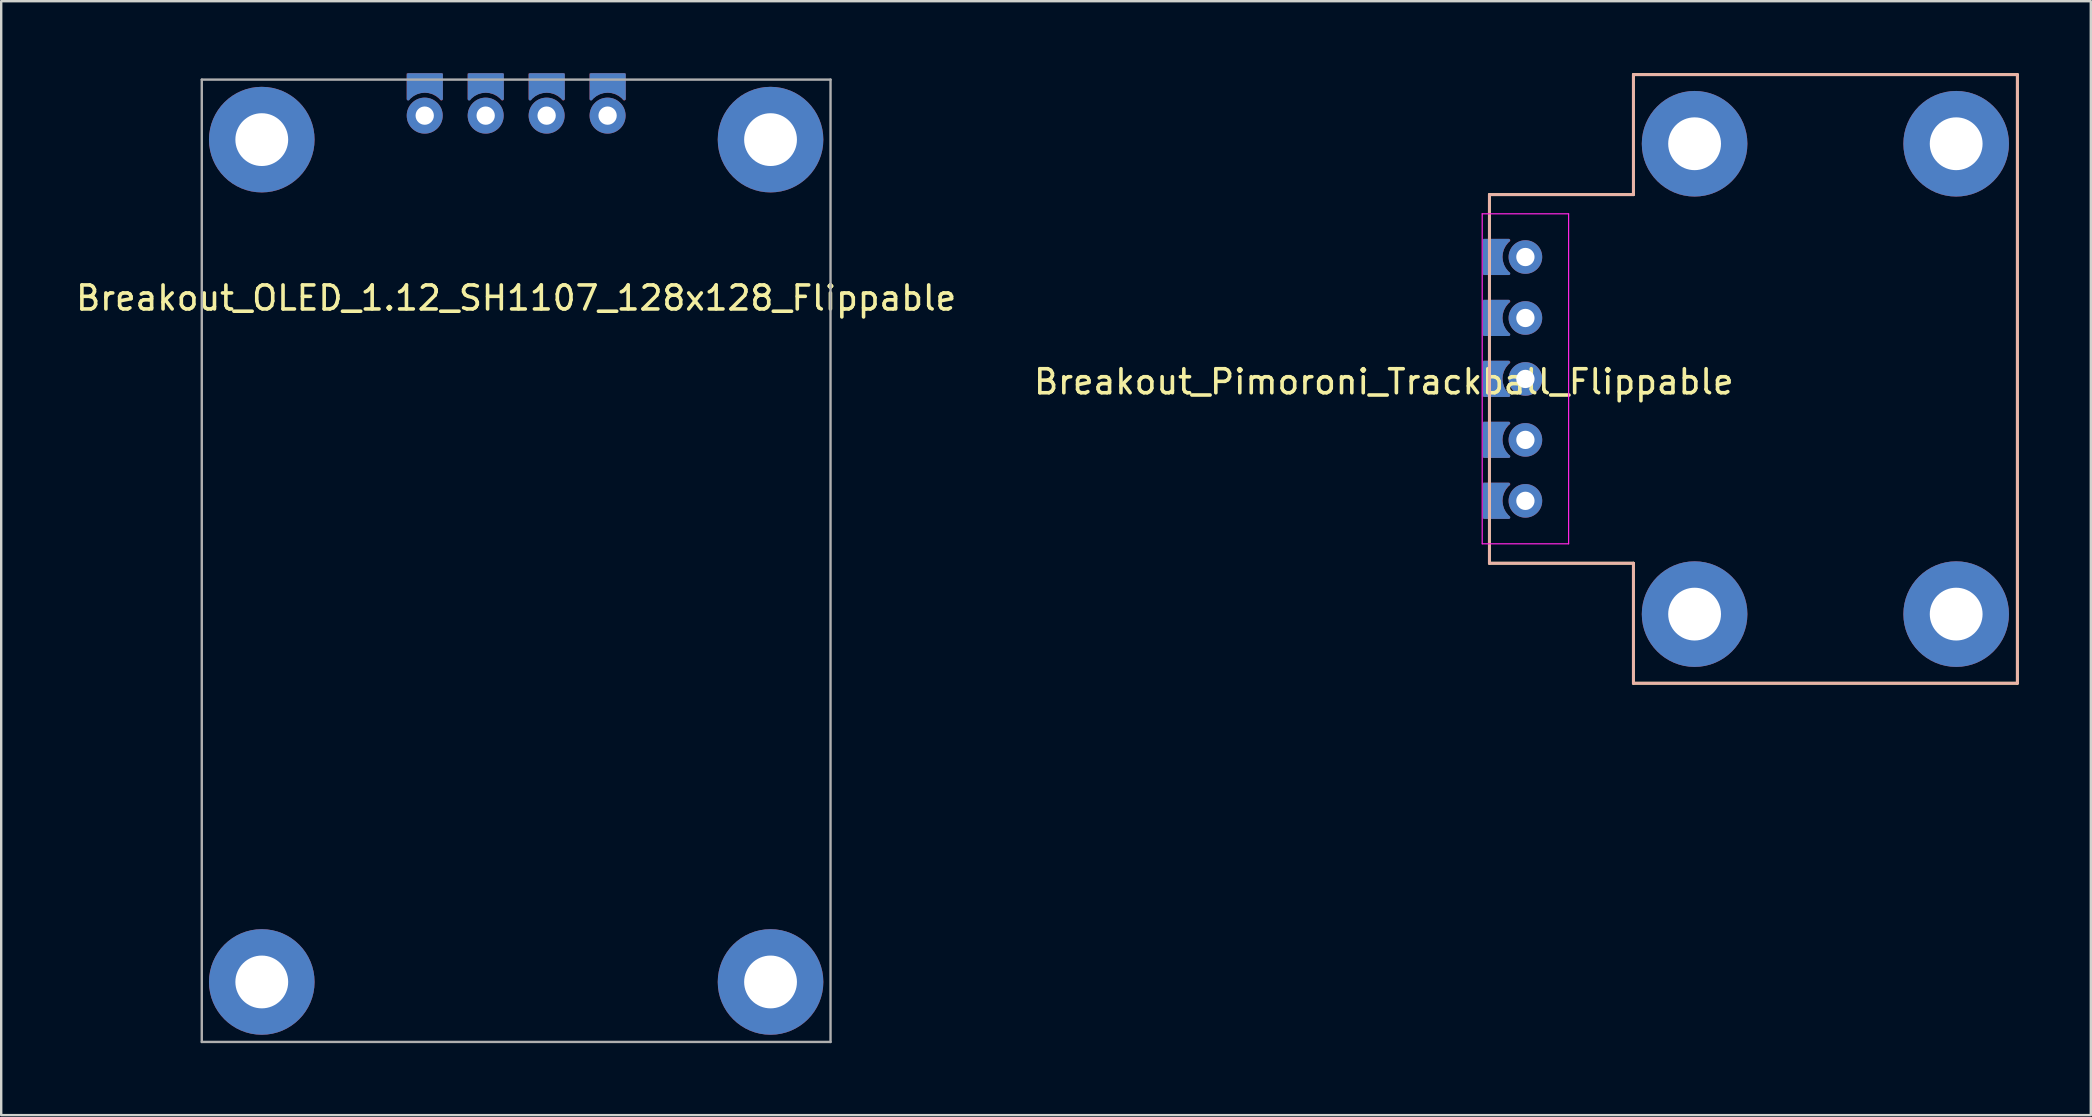
<source format=kicad_pcb>
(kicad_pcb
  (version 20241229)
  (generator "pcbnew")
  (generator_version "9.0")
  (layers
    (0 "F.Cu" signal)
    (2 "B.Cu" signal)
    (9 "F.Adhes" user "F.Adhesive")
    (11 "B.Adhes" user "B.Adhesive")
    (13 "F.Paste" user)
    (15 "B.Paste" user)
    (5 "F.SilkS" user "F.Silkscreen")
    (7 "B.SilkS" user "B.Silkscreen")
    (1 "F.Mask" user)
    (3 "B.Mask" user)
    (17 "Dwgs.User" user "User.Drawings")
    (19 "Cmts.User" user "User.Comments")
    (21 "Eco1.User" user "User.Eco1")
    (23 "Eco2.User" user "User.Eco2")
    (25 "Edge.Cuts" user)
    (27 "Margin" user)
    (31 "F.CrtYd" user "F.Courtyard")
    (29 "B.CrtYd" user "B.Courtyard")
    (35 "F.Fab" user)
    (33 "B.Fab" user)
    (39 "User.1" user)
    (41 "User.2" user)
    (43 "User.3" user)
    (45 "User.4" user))
  (footprint "Breakout_Pimoroni_Trackball_Flippable"
    (layer "F.Cu")
    (at 73.013 12.74)
    (property "Reference" "Breakout_Pimoroni_Trackball_Flippable" (at -18.4 0.12 0) (layer "F.SilkS") (effects (font (size 1 1) (thickness 0.15))))
    (attr through_hole)
    (fp_line (start -14 -7.68) (end -14 7.68) (stroke (width 0.12) (type solid)) (layer "F.SilkS"))
    (fp_line (start -14 -7.68) (end -8 -7.68) (stroke (width 0.12) (type solid)) (layer "F.SilkS"))
    (fp_line (start -14 7.68) (end -8 7.68) (stroke (width 0.12) (type solid)) (layer "F.SilkS"))
    (fp_line (start -8 -12.68) (end 8 -12.68) (stroke (width 0.12) (type solid)) (layer "F.SilkS"))
    (fp_line (start -8 -7.68) (end -8 -12.68) (stroke (width 0.12) (type solid)) (layer "F.SilkS"))
    (fp_line (start -8 7.68) (end -8 12.68) (stroke (width 0.12) (type solid)) (layer "F.SilkS"))
    (fp_line (start 8 12.68) (end -8 12.68) (stroke (width 0.12) (type solid)) (layer "F.SilkS"))
    (fp_line (start 8 12.68) (end 8 -12.68) (stroke (width 0.12) (type solid)) (layer "F.SilkS"))
    (fp_line (start -14 -7.68) (end -8 -7.68) (stroke (width 0.12) (type solid)) (layer "B.SilkS"))
    (fp_line (start -14 7.68) (end -14 -7.68) (stroke (width 0.12) (type solid)) (layer "B.SilkS"))
    (fp_line (start -14 7.68) (end -8 7.68) (stroke (width 0.12) (type solid)) (layer "B.SilkS"))
    (fp_line (start -8 -7.68) (end -8 -12.68) (stroke (width 0.12) (type solid)) (layer "B.SilkS"))
    (fp_line (start -8 7.68) (end -8 12.68) (stroke (width 0.12) (type solid)) (layer "B.SilkS"))
    (fp_line (start -8 12.68) (end 8 12.68) (stroke (width 0.12) (type solid)) (layer "B.SilkS"))
    (fp_line (start 8 -12.68) (end -8 -12.68) (stroke (width 0.12) (type solid)) (layer "B.SilkS"))
    (fp_line (start 8 -12.68) (end 8 12.68) (stroke (width 0.12) (type solid)) (layer "B.SilkS"))
    (fp_line (start -14.3 -6.88) (end -14.3 6.87) (stroke (width 0.05) (type solid)) (layer "F.CrtYd"))
    (fp_line (start -14.3 6.87) (end -10.7 6.87) (stroke (width 0.05) (type solid)) (layer "F.CrtYd"))
    (fp_line (start -10.7 -6.88) (end -14.3 -6.88) (stroke (width 0.05) (type solid)) (layer "F.CrtYd"))
    (fp_line (start -10.7 6.87) (end -10.7 -6.88) (stroke (width 0.05) (type solid)) (layer "F.CrtYd"))
    (pad "" smd custom (at -13.858 2.533) (size 0.8 1.5) (layers "B.Cu" "B.Mask") (options (anchor rect)) (primitives (gr_poly (pts (xy 0.56 -0.67) (xy 0.34 -0.67) (xy 0.34 -0.3)) (width 0.1) (fill yes)) (gr_line (start 0.67 0.697) (end -0.35 0.697) (width 0.12)) (gr_poly (pts (xy 0.54 0.67) (xy 0.32 0.67) (xy 0.32 0.3)) (width 0.1) (fill yes)) (gr_line (start -0.35 0.697) (end -0.35 -0.69) (width 0.12)) (gr_arc (start 0.67 0.697) (mid 0.346836 0.006416) (end 0.660264 -0.68864) (width 0.12)) (gr_line (start -0.35 -0.69) (end 0.66 -0.69) (width 0.12))))
    (pad "" smd custom (at -13.857 -2.538) (size 0.8 1.5) (layers "F.Cu" "F.Mask") (options (anchor rect)) (primitives (gr_poly (pts (xy 0.56 0.67) (xy 0.34 0.67) (xy 0.34 0.3)) (width 0.1) (fill yes)) (gr_line (start 0.67 -0.697) (end -0.35 -0.697) (width 0.12)) (gr_poly (pts (xy 0.54 -0.67) (xy 0.32 -0.67) (xy 0.32 -0.3)) (width 0.1) (fill yes)) (gr_line (start -0.35 -0.697) (end -0.35 0.69) (width 0.12)) (gr_arc (start 0.660264 0.68864) (mid 0.346837 -0.006416) (end 0.67 -0.697) (width 0.12)) (gr_line (start -0.35 0.69) (end 0.66 0.69) (width 0.12))))
    (pad "" thru_hole circle (at -12.5 -5.08) (size 1.4 1.4) (drill 0.762) (layers "*.Cu" "*.Mask"))
    (pad "" thru_hole circle (at -12.5 -2.54) (size 1.4 1.4) (drill 0.762) (layers "*.Cu" "*.Mask"))
    (pad "" thru_hole circle (at -12.5 0) (size 1.4 1.4) (drill 0.762) (layers "*.Cu" "*.Mask"))
    (pad "" thru_hole circle (at -12.5 2.54) (size 1.4 1.4) (drill 0.762) (layers "*.Cu" "*.Mask"))
    (pad "" thru_hole circle (at -12.5 5.08) (size 1.4 1.4) (drill 0.762) (layers "*.Cu" "*.Mask"))
    (pad "" thru_hole circle (at -5.45 -9.8 180) (size 4.4 4.4) (drill 2.2) (layers "*.Cu" "*.Mask"))
    (pad "" thru_hole circle (at -5.45 9.8) (size 4.4 4.4) (drill 2.2) (layers "*.Cu" "*.Mask"))
    (pad "" thru_hole circle (at 5.45 -9.8 180) (size 4.4 4.4) (drill 2.2) (layers "*.Cu" "*.Mask"))
    (pad "" thru_hole circle (at 5.45 9.8) (size 4.4 4.4) (drill 2.2) (layers "*.Cu" "*.Mask"))
    (pad "1" smd custom (at -13.858 -5.087) (size 0.8 1.5) (layers "B.Cu" "B.Mask") (options (anchor rect)) (primitives (gr_poly (pts (xy 0.56 -0.67) (xy 0.34 -0.67) (xy 0.34 -0.3)) (width 0.1) (fill yes)) (gr_line (start 0.67 0.697) (end -0.35 0.697) (width 0.12)) (gr_poly (pts (xy 0.54 0.67) (xy 0.32 0.67) (xy 0.32 0.3)) (width 0.1) (fill yes)) (gr_line (start -0.35 0.697) (end -0.35 -0.69) (width 0.12)) (gr_arc (start 0.67 0.697) (mid 0.346836 0.006416) (end 0.660264 -0.68864) (width 0.12)) (gr_line (start -0.35 -0.69) (end 0.66 -0.69) (width 0.12))))
    (pad "1" smd custom (at -13.857 5.082) (size 0.8 1.5) (layers "F.Cu" "F.Mask") (options (anchor rect)) (primitives (gr_poly (pts (xy 0.56 0.67) (xy 0.34 0.67) (xy 0.34 0.3)) (width 0.1) (fill yes)) (gr_line (start 0.67 -0.697) (end -0.35 -0.697) (width 0.12)) (gr_poly (pts (xy 0.54 -0.67) (xy 0.32 -0.67) (xy 0.32 -0.3)) (width 0.1) (fill yes)) (gr_line (start -0.35 -0.697) (end -0.35 0.69) (width 0.12)) (gr_arc (start 0.660264 0.68864) (mid 0.346837 -0.006416) (end 0.67 -0.697) (width 0.12)) (gr_line (start -0.35 0.69) (end 0.66 0.69) (width 0.12))))
    (pad "2" smd custom (at -13.858 -2.547) (size 0.8 1.5) (layers "B.Cu" "B.Mask") (options (anchor rect)) (primitives (gr_poly (pts (xy 0.56 -0.67) (xy 0.34 -0.67) (xy 0.34 -0.3)) (width 0.1) (fill yes)) (gr_line (start 0.67 0.697) (end -0.35 0.697) (width 0.12)) (gr_poly (pts (xy 0.54 0.67) (xy 0.32 0.67) (xy 0.32 0.3)) (width 0.1) (fill yes)) (gr_line (start -0.35 0.697) (end -0.35 -0.69) (width 0.12)) (gr_arc (start 0.67 0.697) (mid 0.346836 0.006416) (end 0.660264 -0.68864) (width 0.12)) (gr_line (start -0.35 -0.69) (end 0.66 -0.69) (width 0.12))))
    (pad "2" smd custom (at -13.857 2.542) (size 0.8 1.5) (layers "F.Cu" "F.Mask") (options (anchor rect)) (primitives (gr_poly (pts (xy 0.56 0.67) (xy 0.34 0.67) (xy 0.34 0.3)) (width 0.1) (fill yes)) (gr_line (start 0.67 -0.697) (end -0.35 -0.697) (width 0.12)) (gr_poly (pts (xy 0.54 -0.67) (xy 0.32 -0.67) (xy 0.32 -0.3)) (width 0.1) (fill yes)) (gr_line (start -0.35 -0.697) (end -0.35 0.69) (width 0.12)) (gr_arc (start 0.660264 0.68864) (mid 0.346837 -0.006416) (end 0.67 -0.697) (width 0.12)) (gr_line (start -0.35 0.69) (end 0.66 0.69) (width 0.12))))
    (pad "3" smd custom (at -13.858 -0.007) (size 0.8 1.5) (layers "B.Cu" "B.Mask") (options (anchor rect)) (primitives (gr_poly (pts (xy 0.56 -0.67) (xy 0.34 -0.67) (xy 0.34 -0.3)) (width 0.1) (fill yes)) (gr_line (start 0.67 0.697) (end -0.35 0.697) (width 0.12)) (gr_poly (pts (xy 0.54 0.67) (xy 0.32 0.67) (xy 0.32 0.3)) (width 0.1) (fill yes)) (gr_line (start -0.35 0.697) (end -0.35 -0.69) (width 0.12)) (gr_arc (start 0.67 0.697) (mid 0.346836 0.006416) (end 0.660264 -0.68864) (width 0.12)) (gr_line (start -0.35 -0.69) (end 0.66 -0.69) (width 0.12))))
    (pad "3" smd custom (at -13.857 0.002) (size 0.8 1.5) (layers "F.Cu" "F.Mask") (options (anchor rect)) (primitives (gr_poly (pts (xy 0.56 0.67) (xy 0.34 0.67) (xy 0.34 0.3)) (width 0.1) (fill yes)) (gr_line (start 0.67 -0.697) (end -0.35 -0.697) (width 0.12)) (gr_poly (pts (xy 0.54 -0.67) (xy 0.32 -0.67) (xy 0.32 -0.3)) (width 0.1) (fill yes)) (gr_line (start -0.35 -0.697) (end -0.35 0.69) (width 0.12)) (gr_arc (start 0.660264 0.68864) (mid 0.346837 -0.006416) (end 0.67 -0.697) (width 0.12)) (gr_line (start -0.35 0.69) (end 0.66 0.69) (width 0.12))))
    (pad "5" smd custom (at -13.858 5.073) (size 0.8 1.5) (layers "B.Cu" "B.Mask") (options (anchor rect)) (primitives (gr_poly (pts (xy 0.56 -0.67) (xy 0.34 -0.67) (xy 0.34 -0.3)) (width 0.1) (fill yes)) (gr_line (start 0.67 0.697) (end -0.35 0.697) (width 0.12)) (gr_poly (pts (xy 0.54 0.67) (xy 0.32 0.67) (xy 0.32 0.3)) (width 0.1) (fill yes)) (gr_line (start -0.35 0.697) (end -0.35 -0.69) (width 0.12)) (gr_arc (start 0.67 0.697) (mid 0.346836 0.006416) (end 0.660264 -0.68864) (width 0.12)) (gr_line (start -0.35 -0.69) (end 0.66 -0.69) (width 0.12))))
    (pad "5" smd custom (at -13.857 -5.079) (size 0.8 1.5) (layers "F.Cu" "F.Mask") (options (anchor rect)) (primitives (gr_poly (pts (xy 0.56 0.67) (xy 0.34 0.67) (xy 0.34 0.3)) (width 0.1) (fill yes)) (gr_line (start 0.67 -0.697) (end -0.35 -0.697) (width 0.12)) (gr_poly (pts (xy 0.54 -0.67) (xy 0.32 -0.67) (xy 0.32 -0.3)) (width 0.1) (fill yes)) (gr_line (start -0.35 -0.697) (end -0.35 0.69) (width 0.12)) (gr_arc (start 0.660264 0.68864) (mid 0.346837 -0.006416) (end 0.67 -0.697) (width 0.12)) (gr_line (start -0.35 0.69) (end 0.66 0.69) (width 0.12)))))
  (footprint "Breakout_OLED_1.12_SH1107_128x128_Flippable"
    (layer "F.Cu")
    (at 18.458 1.768)
    (property "Reference" "Breakout_OLED_1.12_SH1107_128x128_Flippable" (at 0 7.6 0) (layer "F.SilkS") (effects (font (size 1 1) (thickness 0.15))))
    (attr through_hole)
    (fp_line (start -13.1 -1.5) (end 13.1 -1.5) (stroke (width 0.1) (type solid)) (layer "F.Fab"))
    (fp_line (start -13.1 38.6) (end -13.1 -1.5) (stroke (width 0.1) (type solid)) (layer "F.Fab"))
    (fp_line (start -13.1 38.6) (end 13.1 38.6) (stroke (width 0.1) (type solid)) (layer "F.Fab"))
    (fp_line (start 13.1 38.6) (end 13.1 -1.5) (stroke (width 0.1) (type solid)) (layer "F.Fab"))
    (pad "" thru_hole circle (at -10.6 1) (size 4.4 4.4) (drill 2.2) (layers "*.Cu" "*.Mask"))
    (pad "" thru_hole circle (at -10.6 36.1) (size 4.4 4.4) (drill 2.2) (layers "*.Cu" "*.Mask"))
    (pad "" thru_hole circle (at -3.81 0 90) (size 1.5 1.5) (drill 0.762) (layers "*.Cu" "*.Mask"))
    (pad "" thru_hole circle (at -1.27 0 90) (size 1.5 1.5) (drill 0.762) (layers "*.Cu" "*.Mask"))
    (pad "" thru_hole circle (at 1.27 0 90) (size 1.5 1.5) (drill 0.762) (layers "*.Cu" "*.Mask"))
    (pad "" thru_hole circle (at 3.81 0 90) (size 1.5 1.5) (drill 0.762) (layers "*.Cu" "*.Mask"))
    (pad "" thru_hole circle (at 10.6 1) (size 4.4 4.4) (drill 2.2) (layers "*.Cu" "*.Mask"))
    (pad "" thru_hole circle (at 10.6 36.1) (size 4.4 4.4) (drill 2.2) (layers "*.Cu" "*.Mask"))
    (pad "1" smd custom (at -3.803 -1.358 270) (size 0.8 1.5) (layers "B.Cu" "B.Mask") (options (anchor rect)) (primitives (gr_poly (pts (xy 0.56 -0.67) (xy 0.34 -0.67) (xy 0.34 -0.3)) (width 0.1) (fill yes)) (gr_line (start 0.67 0.697) (end -0.35 0.697) (width 0.12)) (gr_poly (pts (xy 0.54 0.67) (xy 0.32 0.67) (xy 0.32 0.3)) (width 0.1) (fill yes)) (gr_line (start -0.35 0.697) (end -0.35 -0.69) (width 0.12)) (gr_arc (start 0.67 0.697) (mid 0.346836 0.006416) (end 0.660264 -0.68864) (width 0.12)) (gr_line (start -0.35 -0.69) (end 0.66 -0.69) (width 0.12))))
    (pad "1" smd custom (at 3.808 -1.357 270) (size 0.8 1.5) (layers "F.Cu" "F.Mask") (options (anchor rect)) (primitives (gr_poly (pts (xy 0.56 0.67) (xy 0.34 0.67) (xy 0.34 0.3)) (width 0.1) (fill yes)) (gr_line (start 0.67 -0.697) (end -0.35 -0.697) (width 0.12)) (gr_poly (pts (xy 0.54 -0.67) (xy 0.32 -0.67) (xy 0.32 -0.3)) (width 0.1) (fill yes)) (gr_line (start -0.35 -0.697) (end -0.35 0.69) (width 0.12)) (gr_arc (start 0.660264 0.68864) (mid 0.346837 -0.006416) (end 0.67 -0.697) (width 0.12)) (gr_line (start -0.35 0.69) (end 0.66 0.69) (width 0.12))))
    (pad "2" smd custom (at -1.263 -1.358 270) (size 0.8 1.5) (layers "B.Cu" "B.Mask") (options (anchor rect)) (primitives (gr_poly (pts (xy 0.56 -0.67) (xy 0.34 -0.67) (xy 0.34 -0.3)) (width 0.1) (fill yes)) (gr_line (start 0.67 0.697) (end -0.35 0.697) (width 0.12)) (gr_poly (pts (xy 0.54 0.67) (xy 0.32 0.67) (xy 0.32 0.3)) (width 0.1) (fill yes)) (gr_line (start -0.35 0.697) (end -0.35 -0.69) (width 0.12)) (gr_arc (start 0.67 0.697) (mid 0.346836 0.006416) (end 0.660264 -0.68864) (width 0.12)) (gr_line (start -0.35 -0.69) (end 0.66 -0.69) (width 0.12))))
    (pad "2" smd custom (at 1.268 -1.357 270) (size 0.8 1.5) (layers "F.Cu" "F.Mask") (options (anchor rect)) (primitives (gr_poly (pts (xy 0.56 0.67) (xy 0.34 0.67) (xy 0.34 0.3)) (width 0.1) (fill yes)) (gr_line (start 0.67 -0.697) (end -0.35 -0.697) (width 0.12)) (gr_poly (pts (xy 0.54 -0.67) (xy 0.32 -0.67) (xy 0.32 -0.3)) (width 0.1) (fill yes)) (gr_line (start -0.35 -0.697) (end -0.35 0.69) (width 0.12)) (gr_arc (start 0.660264 0.68864) (mid 0.346837 -0.006416) (end 0.67 -0.697) (width 0.12)) (gr_line (start -0.35 0.69) (end 0.66 0.69) (width 0.12))))
    (pad "3" smd custom (at -1.272 -1.357 270) (size 0.8 1.5) (layers "F.Cu" "F.Mask") (options (anchor rect)) (primitives (gr_poly (pts (xy 0.56 0.67) (xy 0.34 0.67) (xy 0.34 0.3)) (width 0.1) (fill yes)) (gr_line (start 0.67 -0.697) (end -0.35 -0.697) (width 0.12)) (gr_poly (pts (xy 0.54 -0.67) (xy 0.32 -0.67) (xy 0.32 -0.3)) (width 0.1) (fill yes)) (gr_line (start -0.35 -0.697) (end -0.35 0.69) (width 0.12)) (gr_arc (start 0.660264 0.68864) (mid 0.346837 -0.006416) (end 0.67 -0.697) (width 0.12)) (gr_line (start -0.35 0.69) (end 0.66 0.69) (width 0.12))))
    (pad "3" smd custom (at 1.277 -1.358 270) (size 0.8 1.5) (layers "B.Cu" "B.Mask") (options (anchor rect)) (primitives (gr_poly (pts (xy 0.56 -0.67) (xy 0.34 -0.67) (xy 0.34 -0.3)) (width 0.1) (fill yes)) (gr_line (start 0.67 0.697) (end -0.35 0.697) (width 0.12)) (gr_poly (pts (xy 0.54 0.67) (xy 0.32 0.67) (xy 0.32 0.3)) (width 0.1) (fill yes)) (gr_line (start -0.35 0.697) (end -0.35 -0.69) (width 0.12)) (gr_arc (start 0.67 0.697) (mid 0.346836 0.006416) (end 0.660264 -0.68864) (width 0.12)) (gr_line (start -0.35 -0.69) (end 0.66 -0.69) (width 0.12))))
    (pad "4" smd custom (at -3.812 -1.357 270) (size 0.8 1.5) (layers "F.Cu" "F.Mask") (options (anchor rect)) (primitives (gr_poly (pts (xy 0.56 0.67) (xy 0.34 0.67) (xy 0.34 0.3)) (width 0.1) (fill yes)) (gr_line (start 0.67 -0.697) (end -0.35 -0.697) (width 0.12)) (gr_poly (pts (xy 0.54 -0.67) (xy 0.32 -0.67) (xy 0.32 -0.3)) (width 0.1) (fill yes)) (gr_line (start -0.35 -0.697) (end -0.35 0.69) (width 0.12)) (gr_arc (start 0.660264 0.68864) (mid 0.346837 -0.006416) (end 0.67 -0.697) (width 0.12)) (gr_line (start -0.35 0.69) (end 0.66 0.69) (width 0.12))))
    (pad "4" smd custom (at 3.817 -1.358 270) (size 0.8 1.5) (layers "B.Cu" "B.Mask") (options (anchor rect)) (primitives (gr_poly (pts (xy 0.56 -0.67) (xy 0.34 -0.67) (xy 0.34 -0.3)) (width 0.1) (fill yes)) (gr_line (start 0.67 0.697) (end -0.35 0.697) (width 0.12)) (gr_poly (pts (xy 0.54 0.67) (xy 0.32 0.67) (xy 0.32 0.3)) (width 0.1) (fill yes)) (gr_line (start -0.35 0.697) (end -0.35 -0.69) (width 0.12)) (gr_arc (start 0.67 0.697) (mid 0.346836 0.006416) (end 0.660264 -0.68864) (width 0.12)) (gr_line (start -0.35 -0.69) (end 0.66 -0.69) (width 0.12)))))
  (gr_rect
    (start -3 -3)
    (end 84.073 43.418)
    (stroke (width 0.1) (type default))
    (fill no)
    (layer "Edge.Cuts")))
</source>
